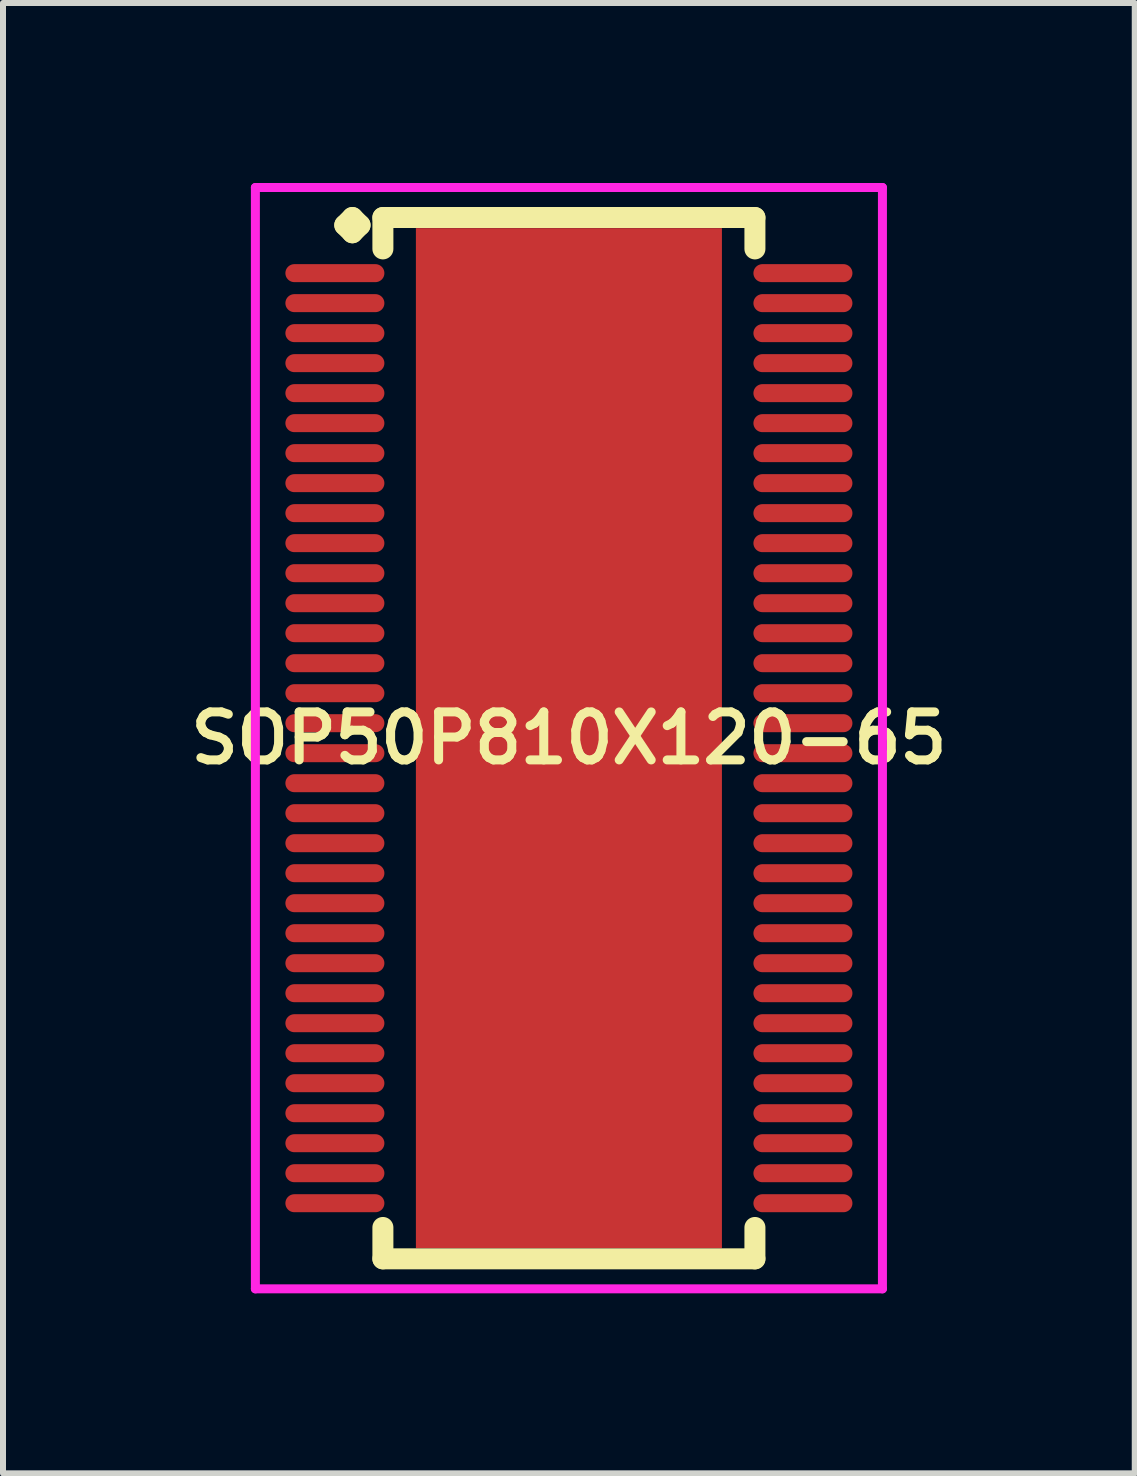
<source format=kicad_pcb>
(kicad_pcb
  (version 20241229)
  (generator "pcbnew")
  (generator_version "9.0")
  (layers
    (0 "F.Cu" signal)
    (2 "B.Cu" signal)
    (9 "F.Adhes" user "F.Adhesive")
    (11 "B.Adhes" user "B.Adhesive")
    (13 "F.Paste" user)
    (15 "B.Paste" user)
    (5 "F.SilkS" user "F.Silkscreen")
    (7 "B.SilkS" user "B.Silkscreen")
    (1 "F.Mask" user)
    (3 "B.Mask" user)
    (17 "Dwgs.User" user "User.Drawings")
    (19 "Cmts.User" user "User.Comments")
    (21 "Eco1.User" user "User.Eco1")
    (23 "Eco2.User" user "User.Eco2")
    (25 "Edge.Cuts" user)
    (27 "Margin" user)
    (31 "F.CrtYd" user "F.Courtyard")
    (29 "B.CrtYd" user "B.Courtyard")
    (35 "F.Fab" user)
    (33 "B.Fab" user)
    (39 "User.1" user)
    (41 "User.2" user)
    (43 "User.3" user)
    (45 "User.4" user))
  (footprint "SOP50P810X120-65"
    (layer "F.Cu")
    (at 6.431 9.252)
    (property "Reference" "SOP50P810X120-65" (at 0 0 0) (layer "F.SilkS") (effects (font (size 0.8 0.8) (thickness 0.15))))
    (attr smd)
    (fp_line (start -3.735 -8.55) (end -3.608 -8.677) (stroke (width 0.35) (type solid)) (layer "F.SilkS"))
    (fp_line (start -3.608 -8.677) (end -3.481 -8.55) (stroke (width 0.35) (type solid)) (layer "F.SilkS"))
    (fp_line (start -3.608 -8.423) (end -3.735 -8.55) (stroke (width 0.35) (type solid)) (layer "F.SilkS"))
    (fp_line (start -3.481 -8.55) (end -3.608 -8.423) (stroke (width 0.35) (type solid)) (layer "F.SilkS"))
    (fp_line (start -3.1 -8.677) (end 3.1 -8.677) (stroke (width 0.35) (type solid)) (layer "F.SilkS"))
    (fp_line (start -3.1 -8.154) (end -3.1 -8.677) (stroke (width 0.35) (type solid)) (layer "F.SilkS"))
    (fp_line (start -3.1 8.154) (end -3.1 8.677) (stroke (width 0.35) (type solid)) (layer "F.SilkS"))
    (fp_line (start -3.1 8.677) (end 3.1 8.677) (stroke (width 0.35) (type solid)) (layer "F.SilkS"))
    (fp_line (start 3.1 -8.677) (end 3.1 -8.154) (stroke (width 0.35) (type solid)) (layer "F.SilkS"))
    (fp_line (start 3.1 8.677) (end 3.1 8.154) (stroke (width 0.35) (type solid)) (layer "F.SilkS"))
    (fp_line (start -5.225 -9.177) (end 5.225 -9.177) (stroke (width 0.15) (type solid)) (layer "F.CrtYd"))
    (fp_line (start -5.225 9.177) (end -5.225 -9.177) (stroke (width 0.15) (type solid)) (layer "F.CrtYd"))
    (fp_line (start 5.225 -9.177) (end 5.225 9.177) (stroke (width 0.15) (type solid)) (layer "F.CrtYd"))
    (fp_line (start 5.225 9.177) (end -5.225 9.177) (stroke (width 0.15) (type solid)) (layer "F.CrtYd"))
    (pad "1" smd oval (at -3.9 -7.75) (size 1.65 0.3) (layers "F.Cu" "F.Mask" "F.Paste"))
    (pad "2" smd oval (at -3.9 -7.25) (size 1.65 0.3) (layers "F.Cu" "F.Mask" "F.Paste"))
    (pad "3" smd oval (at -3.9 -6.75) (size 1.65 0.3) (layers "F.Cu" "F.Mask" "F.Paste"))
    (pad "4" smd oval (at -3.9 -6.25) (size 1.65 0.3) (layers "F.Cu" "F.Mask" "F.Paste"))
    (pad "5" smd oval (at -3.9 -5.75) (size 1.65 0.3) (layers "F.Cu" "F.Mask" "F.Paste"))
    (pad "6" smd oval (at -3.9 -5.25) (size 1.65 0.3) (layers "F.Cu" "F.Mask" "F.Paste"))
    (pad "7" smd oval (at -3.9 -4.75) (size 1.65 0.3) (layers "F.Cu" "F.Mask" "F.Paste"))
    (pad "8" smd oval (at -3.9 -4.25) (size 1.65 0.3) (layers "F.Cu" "F.Mask" "F.Paste"))
    (pad "9" smd oval (at -3.9 -3.75) (size 1.65 0.3) (layers "F.Cu" "F.Mask" "F.Paste"))
    (pad "10" smd oval (at -3.9 -3.25) (size 1.65 0.3) (layers "F.Cu" "F.Mask" "F.Paste"))
    (pad "11" smd oval (at -3.9 -2.75) (size 1.65 0.3) (layers "F.Cu" "F.Mask" "F.Paste"))
    (pad "12" smd oval (at -3.9 -2.25) (size 1.65 0.3) (layers "F.Cu" "F.Mask" "F.Paste"))
    (pad "13" smd oval (at -3.9 -1.75) (size 1.65 0.3) (layers "F.Cu" "F.Mask" "F.Paste"))
    (pad "14" smd oval (at -3.9 -1.25) (size 1.65 0.3) (layers "F.Cu" "F.Mask" "F.Paste"))
    (pad "15" smd oval (at -3.9 -0.75) (size 1.65 0.3) (layers "F.Cu" "F.Mask" "F.Paste"))
    (pad "16" smd oval (at -3.9 -0.25) (size 1.65 0.3) (layers "F.Cu" "F.Mask" "F.Paste"))
    (pad "17" smd oval (at -3.9 0.25) (size 1.65 0.3) (layers "F.Cu" "F.Mask" "F.Paste"))
    (pad "18" smd oval (at -3.9 0.75) (size 1.65 0.3) (layers "F.Cu" "F.Mask" "F.Paste"))
    (pad "19" smd oval (at -3.9 1.25) (size 1.65 0.3) (layers "F.Cu" "F.Mask" "F.Paste"))
    (pad "20" smd oval (at -3.9 1.75) (size 1.65 0.3) (layers "F.Cu" "F.Mask" "F.Paste"))
    (pad "21" smd oval (at -3.9 2.25) (size 1.65 0.3) (layers "F.Cu" "F.Mask" "F.Paste"))
    (pad "22" smd oval (at -3.9 2.75) (size 1.65 0.3) (layers "F.Cu" "F.Mask" "F.Paste"))
    (pad "23" smd oval (at -3.9 3.25) (size 1.65 0.3) (layers "F.Cu" "F.Mask" "F.Paste"))
    (pad "24" smd oval (at -3.9 3.75) (size 1.65 0.3) (layers "F.Cu" "F.Mask" "F.Paste"))
    (pad "25" smd oval (at -3.9 4.25) (size 1.65 0.3) (layers "F.Cu" "F.Mask" "F.Paste"))
    (pad "26" smd oval (at -3.9 4.75) (size 1.65 0.3) (layers "F.Cu" "F.Mask" "F.Paste"))
    (pad "27" smd oval (at -3.9 5.25) (size 1.65 0.3) (layers "F.Cu" "F.Mask" "F.Paste"))
    (pad "28" smd oval (at -3.9 5.75) (size 1.65 0.3) (layers "F.Cu" "F.Mask" "F.Paste"))
    (pad "29" smd oval (at -3.9 6.25) (size 1.65 0.3) (layers "F.Cu" "F.Mask" "F.Paste"))
    (pad "30" smd oval (at -3.9 6.75) (size 1.65 0.3) (layers "F.Cu" "F.Mask" "F.Paste"))
    (pad "31" smd oval (at -3.9 7.25) (size 1.65 0.3) (layers "F.Cu" "F.Mask" "F.Paste"))
    (pad "32" smd oval (at -3.9 7.75) (size 1.65 0.3) (layers "F.Cu" "F.Mask" "F.Paste"))
    (pad "33" smd oval (at 3.9 7.75) (size 1.65 0.3) (layers "F.Cu" "F.Mask" "F.Paste"))
    (pad "34" smd oval (at 3.9 7.25) (size 1.65 0.3) (layers "F.Cu" "F.Mask" "F.Paste"))
    (pad "35" smd oval (at 3.9 6.75) (size 1.65 0.3) (layers "F.Cu" "F.Mask" "F.Paste"))
    (pad "36" smd oval (at 3.9 6.25) (size 1.65 0.3) (layers "F.Cu" "F.Mask" "F.Paste"))
    (pad "37" smd oval (at 3.9 5.75) (size 1.65 0.3) (layers "F.Cu" "F.Mask" "F.Paste"))
    (pad "38" smd oval (at 3.9 5.25) (size 1.65 0.3) (layers "F.Cu" "F.Mask" "F.Paste"))
    (pad "39" smd oval (at 3.9 4.75) (size 1.65 0.3) (layers "F.Cu" "F.Mask" "F.Paste"))
    (pad "40" smd oval (at 3.9 4.25) (size 1.65 0.3) (layers "F.Cu" "F.Mask" "F.Paste"))
    (pad "41" smd oval (at 3.9 3.75) (size 1.65 0.3) (layers "F.Cu" "F.Mask" "F.Paste"))
    (pad "42" smd oval (at 3.9 3.25) (size 1.65 0.3) (layers "F.Cu" "F.Mask" "F.Paste"))
    (pad "43" smd oval (at 3.9 2.75) (size 1.65 0.3) (layers "F.Cu" "F.Mask" "F.Paste"))
    (pad "44" smd oval (at 3.9 2.25) (size 1.65 0.3) (layers "F.Cu" "F.Mask" "F.Paste"))
    (pad "45" smd oval (at 3.9 1.75) (size 1.65 0.3) (layers "F.Cu" "F.Mask" "F.Paste"))
    (pad "46" smd oval (at 3.9 1.25) (size 1.65 0.3) (layers "F.Cu" "F.Mask" "F.Paste"))
    (pad "47" smd oval (at 3.9 0.75) (size 1.65 0.3) (layers "F.Cu" "F.Mask" "F.Paste"))
    (pad "48" smd oval (at 3.9 0.25) (size 1.65 0.3) (layers "F.Cu" "F.Mask" "F.Paste"))
    (pad "49" smd oval (at 3.9 -0.25) (size 1.65 0.3) (layers "F.Cu" "F.Mask" "F.Paste"))
    (pad "50" smd oval (at 3.9 -0.75) (size 1.65 0.3) (layers "F.Cu" "F.Mask" "F.Paste"))
    (pad "51" smd oval (at 3.9 -1.25) (size 1.65 0.3) (layers "F.Cu" "F.Mask" "F.Paste"))
    (pad "52" smd oval (at 3.9 -1.75) (size 1.65 0.3) (layers "F.Cu" "F.Mask" "F.Paste"))
    (pad "53" smd oval (at 3.9 -2.25) (size 1.65 0.3) (layers "F.Cu" "F.Mask" "F.Paste"))
    (pad "54" smd oval (at 3.9 -2.75) (size 1.65 0.3) (layers "F.Cu" "F.Mask" "F.Paste"))
    (pad "55" smd oval (at 3.9 -3.25) (size 1.65 0.3) (layers "F.Cu" "F.Mask" "F.Paste"))
    (pad "56" smd oval (at 3.9 -3.75) (size 1.65 0.3) (layers "F.Cu" "F.Mask" "F.Paste"))
    (pad "57" smd oval (at 3.9 -4.25) (size 1.65 0.3) (layers "F.Cu" "F.Mask" "F.Paste"))
    (pad "58" smd oval (at 3.9 -4.75) (size 1.65 0.3) (layers "F.Cu" "F.Mask" "F.Paste"))
    (pad "59" smd oval (at 3.9 -5.25) (size 1.65 0.3) (layers "F.Cu" "F.Mask" "F.Paste"))
    (pad "60" smd oval (at 3.9 -5.75) (size 1.65 0.3) (layers "F.Cu" "F.Mask" "F.Paste"))
    (pad "61" smd oval (at 3.9 -6.25) (size 1.65 0.3) (layers "F.Cu" "F.Mask" "F.Paste"))
    (pad "62" smd oval (at 3.9 -6.75) (size 1.65 0.3) (layers "F.Cu" "F.Mask" "F.Paste"))
    (pad "63" smd oval (at 3.9 -7.25) (size 1.65 0.3) (layers "F.Cu" "F.Mask" "F.Paste"))
    (pad "64" smd oval (at 3.9 -7.75) (size 1.65 0.3) (layers "F.Cu" "F.Mask" "F.Paste"))
    (pad "65" smd rect (at 0 0) (size 5.1 17) (layers "F.Cu" "F.Mask" "F.Paste")))
  (gr_rect
    (start -3 -3)
    (end 15.861 21.504)
    (stroke (width 0.1) (type default))
    (fill no)
    (layer "Edge.Cuts")))
</source>
